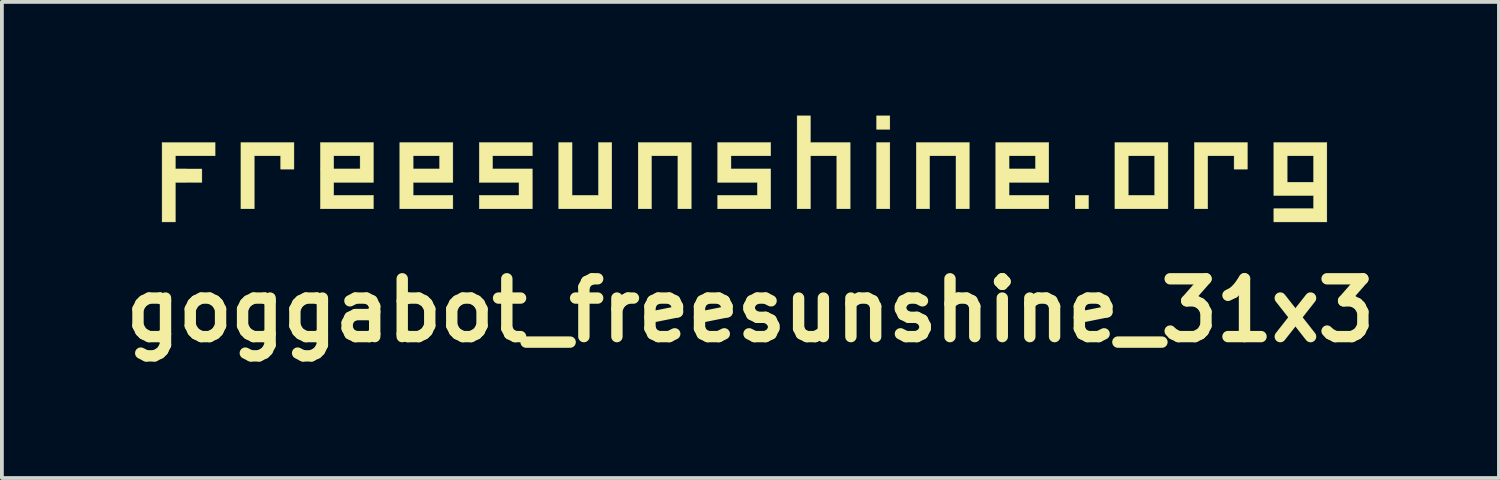
<source format=kicad_pcb>
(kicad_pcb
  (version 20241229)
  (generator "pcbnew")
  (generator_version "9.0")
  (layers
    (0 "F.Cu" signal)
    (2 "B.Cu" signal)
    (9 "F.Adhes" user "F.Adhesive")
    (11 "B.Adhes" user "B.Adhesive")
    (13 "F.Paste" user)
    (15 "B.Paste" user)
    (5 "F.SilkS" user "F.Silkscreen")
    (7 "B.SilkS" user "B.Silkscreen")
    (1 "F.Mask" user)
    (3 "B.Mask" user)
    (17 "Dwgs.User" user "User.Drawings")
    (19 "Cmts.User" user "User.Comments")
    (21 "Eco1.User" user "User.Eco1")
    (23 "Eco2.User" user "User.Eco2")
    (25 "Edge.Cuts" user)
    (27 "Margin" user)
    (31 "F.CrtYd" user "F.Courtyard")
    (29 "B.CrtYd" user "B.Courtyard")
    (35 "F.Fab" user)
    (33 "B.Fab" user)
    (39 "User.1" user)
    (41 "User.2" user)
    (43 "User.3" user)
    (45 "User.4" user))
  (footprint "goggabot_freesunshine_31x3"
    (layer "F.Cu")
    (at 16.735 1.325)
    (property "Reference" "goggabot_freesunshine_31x3" (at 0 3.81 0) (layer "F.SilkS") (effects (font (size 1.524 1.524) (thickness 0.3))))
    (attr through_hole)
    (fp_poly (pts (xy 3.676 -0.964) (xy 3.326 -0.964) (xy 3.326 -1.32) (xy 3.676 -1.32) (xy 3.676 -0.964)) (stroke (width 0.01) (type solid)) (fill yes) (layer "F.SilkS"))
    (fp_poly (pts (xy 3.676 1.131) (xy 3.326 1.131) (xy 3.326 -0.618) (xy 3.676 -0.618) (xy 3.676 1.131)) (stroke (width 0.01) (type solid)) (fill yes) (layer "F.SilkS"))
    (fp_poly (pts (xy 8.914 1.131) (xy 8.563 1.131) (xy 8.563 0.775) (xy 8.914 0.775) (xy 8.914 1.131)) (stroke (width 0.01) (type solid)) (fill yes) (layer "F.SilkS"))
    (fp_poly (pts (xy -12.035 0.084) (xy -12.386 0.084) (xy -12.386 -0.267) (xy -13.082 -0.267) (xy -13.082 1.131) (xy -13.433 1.131) (xy -13.433 -0.618) (xy -12.035 -0.618) (xy -12.035 0.084)) (stroke (width 0.01) (type solid)) (fill yes) (layer "F.SilkS"))
    (fp_poly (pts (xy -4.703 0.775) (xy -4.006 0.775) (xy -4.006 -0.618) (xy -3.656 -0.618) (xy -3.656 1.131) (xy -5.054 1.131) (xy -5.054 -0.618) (xy -4.703 -0.618) (xy -4.703 0.775)) (stroke (width 0.01) (type solid)) (fill yes) (layer "F.SilkS"))
    (fp_poly (pts (xy -1.561 1.131) (xy -1.912 1.131) (xy -1.912 -0.267) (xy -2.608 -0.267) (xy -2.608 1.131) (xy -2.959 1.131) (xy -2.959 -0.618) (xy -1.561 -0.618) (xy -1.561 1.131)) (stroke (width 0.01) (type solid)) (fill yes) (layer "F.SilkS"))
    (fp_poly (pts (xy 5.771 1.131) (xy 5.42 1.131) (xy 5.42 -0.267) (xy 4.724 -0.267) (xy 4.724 1.131) (xy 4.373 1.131) (xy 4.373 -0.618) (xy 5.771 -0.618) (xy 5.771 1.131)) (stroke (width 0.01) (type solid)) (fill yes) (layer "F.SilkS"))
    (fp_poly (pts (xy 13.103 0.084) (xy 12.752 0.084) (xy 12.752 -0.267) (xy 12.056 -0.267) (xy 12.056 1.131) (xy 11.705 1.131) (xy 11.705 -0.618) (xy 13.103 -0.618) (xy 13.103 0.084)) (stroke (width 0.01) (type solid)) (fill yes) (layer "F.SilkS"))
    (fp_poly (pts (xy 1.582 -0.618) (xy 2.629 -0.618) (xy 2.629 1.131) (xy 2.278 1.131) (xy 2.278 -0.267) (xy 1.582 -0.267) (xy 1.582 1.131) (xy 1.231 1.131) (xy 1.231 -1.32) (xy 1.582 -1.32) (xy 1.582 -0.618)) (stroke (width 0.01) (type solid)) (fill yes) (layer "F.SilkS"))
    (fp_poly (pts (xy 11.008 1.131) (xy 9.61 1.131) (xy 9.61 -0.267) (xy 9.961 -0.267) (xy 9.961 0.775) (xy 10.658 0.775) (xy 10.658 -0.267) (xy 9.961 -0.267) (xy 9.61 -0.267) (xy 9.61 -0.618) (xy 11.008 -0.618) (xy 11.008 1.131)) (stroke (width 0.01) (type solid)) (fill yes) (layer "F.SilkS"))
    (fp_poly (pts (xy -14.114 -0.267) (xy -15.161 -0.267) (xy -15.161 0.078) (xy -14.812 0.08) (xy -14.462 0.081) (xy -14.462 0.432) (xy -14.812 0.433) (xy -15.161 0.435) (xy -15.161 1.477) (xy -15.512 1.477) (xy -15.512 -0.618) (xy -14.114 -0.618) (xy -14.114 -0.267)) (stroke (width 0.01) (type solid)) (fill yes) (layer "F.SilkS"))
    (fp_poly (pts (xy -5.75 -0.267) (xy -6.798 -0.267) (xy -6.798 0.079) (xy -5.75 0.079) (xy -5.75 1.131) (xy -7.149 1.131) (xy -7.149 0.775) (xy -6.101 0.775) (xy -6.101 0.435) (xy -7.149 0.435) (xy -7.149 -0.618) (xy -5.75 -0.618) (xy -5.75 -0.267)) (stroke (width 0.01) (type solid)) (fill yes) (layer "F.SilkS"))
    (fp_poly (pts (xy 0.534 -0.267) (xy -0.513 -0.267) (xy -0.513 0.079) (xy 0.534 0.079) (xy 0.534 1.131) (xy -0.864 1.131) (xy -0.864 0.775) (xy 0.183 0.775) (xy 0.183 0.435) (xy -0.864 0.435) (xy -0.864 -0.618) (xy 0.534 -0.618) (xy 0.534 -0.267)) (stroke (width 0.01) (type solid)) (fill yes) (layer "F.SilkS"))
    (fp_poly (pts (xy -9.94 0.435) (xy -10.987 0.435) (xy -10.987 0.775) (xy -9.94 0.775) (xy -9.94 1.131) (xy -11.338 1.131) (xy -11.338 -0.267) (xy -10.987 -0.267) (xy -10.987 0.079) (xy -10.291 0.079) (xy -10.291 -0.267) (xy -10.987 -0.267) (xy -11.338 -0.267) (xy -11.338 -0.618) (xy -9.94 -0.618) (xy -9.94 0.435)) (stroke (width 0.01) (type solid)) (fill yes) (layer "F.SilkS"))
    (fp_poly (pts (xy -7.845 0.435) (xy -8.893 0.435) (xy -8.893 0.775) (xy -7.845 0.775) (xy -7.845 1.131) (xy -9.244 1.131) (xy -9.244 -0.267) (xy -8.893 -0.267) (xy -8.893 0.079) (xy -8.196 0.079) (xy -8.196 -0.267) (xy -8.893 -0.267) (xy -9.244 -0.267) (xy -9.244 -0.618) (xy -7.845 -0.618) (xy -7.845 0.435)) (stroke (width 0.01) (type solid)) (fill yes) (layer "F.SilkS"))
    (fp_poly (pts (xy 7.866 0.435) (xy 6.819 0.435) (xy 6.819 0.775) (xy 7.866 0.775) (xy 7.866 1.131) (xy 6.468 1.131) (xy 6.468 -0.267) (xy 6.819 -0.267) (xy 6.819 0.079) (xy 7.515 0.079) (xy 7.515 -0.267) (xy 6.819 -0.267) (xy 6.468 -0.267) (xy 6.468 -0.618) (xy 7.866 -0.618) (xy 7.866 0.435)) (stroke (width 0.01) (type solid)) (fill yes) (layer "F.SilkS"))
    (fp_poly (pts (xy 15.198 1.477) (xy 13.8 1.477) (xy 13.8 1.126) (xy 14.847 1.126) (xy 14.847 0.78) (xy 13.8 0.78) (xy 13.8 -0.267) (xy 14.151 -0.267) (xy 14.151 0.429) (xy 14.847 0.429) (xy 14.847 -0.267) (xy 14.151 -0.267) (xy 13.8 -0.267) (xy 13.8 -0.618) (xy 15.198 -0.618) (xy 15.198 1.477)) (stroke (width 0.01) (type solid)) (fill yes) (layer "F.SilkS")))
  (gr_rect
    (start -3 -3)
    (end 36.47 9.553)
    (stroke (width 0.1) (type default))
    (fill no)
    (layer "Edge.Cuts")))
</source>
